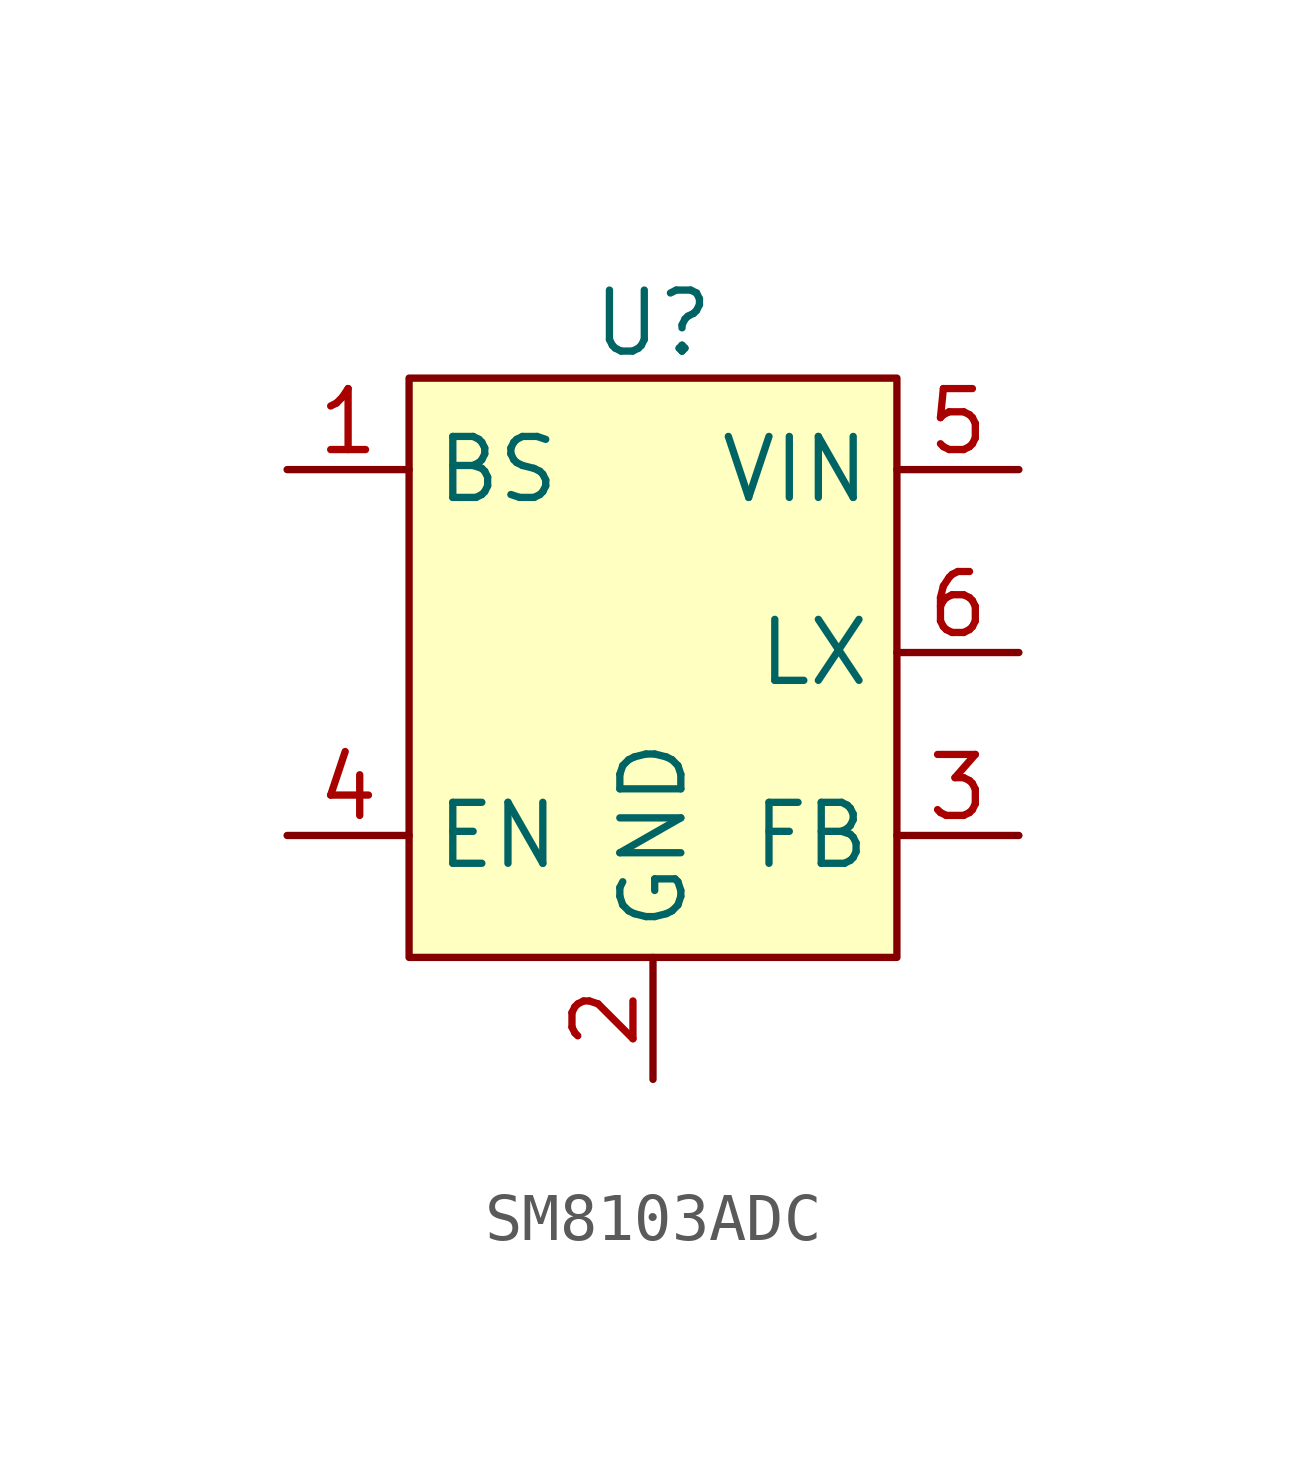
<source format=kicad_sym>
(kicad_symbol_lib
  (version 20241209)
  (generator "kicad_symbol_editor")
  (generator_version "9.0")
  (symbol "SM8103ADC"
    (property "Reference" "U"
      (at 0 6.858 0)
      (effects (font (size 1.27 1.27))))
    (property "Value" ""
      (at 0 0 0)
      (effects (font (size 1.27 1.27))))
    (symbol "SM8103ADC_1_1"
      (rectangle (start -5.08 5.715) (end 5.08 -6.35) (stroke (width 0) (type solid)) (fill (type background)))
      (pin input line (at -7.62 3.81 0) (length 2.54) (name "BS" (effects (font (size 1.27 1.27)))) (number "1" (effects (font (size 1.27 1.27)))))
      (pin input line (at -7.62 -3.81 0) (length 2.54) (name "EN" (effects (font (size 1.27 1.27)))) (number "4" (effects (font (size 1.27 1.27)))))
      (pin input line (at 0 -8.89 90) (length 2.54) (name "GND" (effects (font (size 1.27 1.27)))) (number "2" (effects (font (size 1.27 1.27)))))
      (pin input line (at 7.62 3.81 180) (length 2.54) (name "VIN" (effects (font (size 1.27 1.27)))) (number "5" (effects (font (size 1.27 1.27)))))
      (pin input line (at 7.62 0 180) (length 2.54) (name "LX" (effects (font (size 1.27 1.27)))) (number "6" (effects (font (size 1.27 1.27)))))
      (pin input line (at 7.62 -3.81 180) (length 2.54) (name "FB" (effects (font (size 1.27 1.27)))) (number "3" (effects (font (size 1.27 1.27))))))))
</source>
